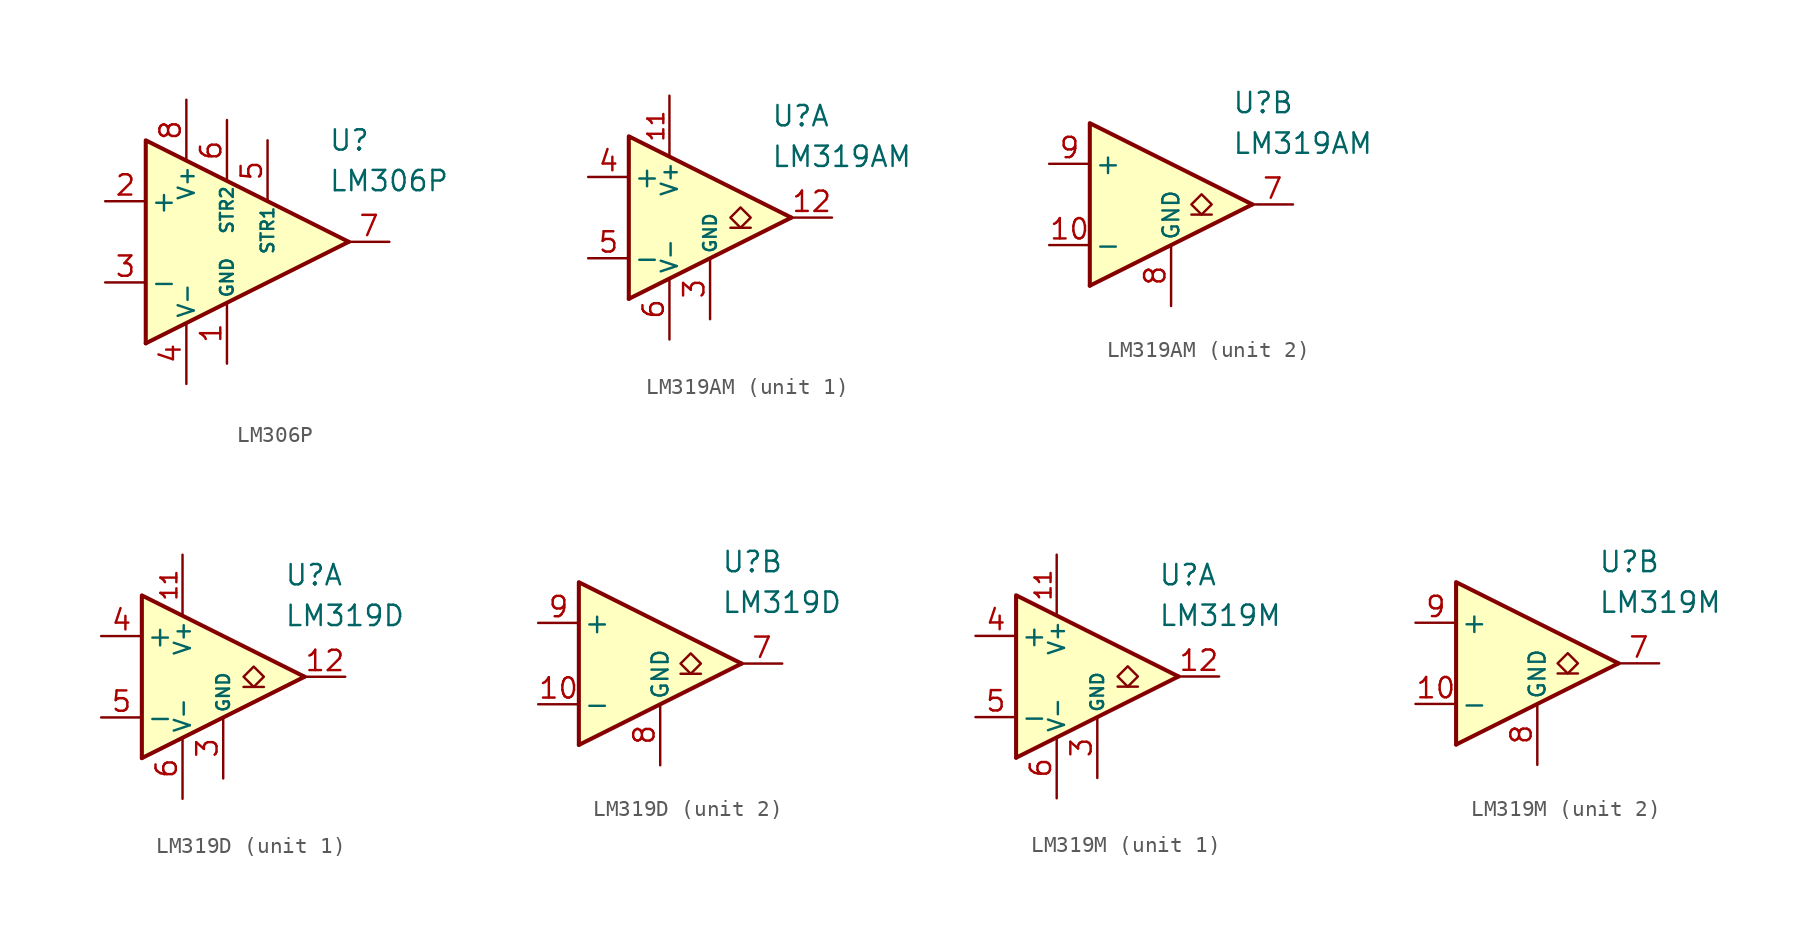
<source format=kicad_sym>
(kicad_symbol_lib
  (version 20231120)
  (generator "kicad_symbol_editor")
  (generator_version "8.0")
  (symbol "LM306P"
    (pin_names
      (offset 0.254))
    (property "Reference" "U"
      (at 6.35 6.35 0)
      (effects (font (size 1.27 1.27)) (justify left)))
    (property "Value" "LM306P"
      (at 6.35 3.81 0)
      (effects (font (size 1.27 1.27)) (justify left)))
    (symbol "LM306P_0_0"
      (polyline (pts (xy 7.62 0) (xy -5.08 -6.35)) (stroke (width 0.254) (type default)) (fill (type none)))
      (polyline (pts (xy 7.62 0) (xy -5.08 6.35) (xy -5.08 -6.35)) (stroke (width 0.254) (type default)) (fill (type background))))
    (symbol "LM306P_1_1"
      (pin power_in line (at 0 -7.62 90) (length 3.81) (name "GND" (effects (font (size 0.8 0.8)))) (number "1" (effects (font (size 1.27 1.27)))))
      (pin input line (at -7.62 2.54 0) (length 2.54) (name "+" (effects (font (size 1.27 1.27)))) (number "2" (effects (font (size 1.27 1.27)))))
      (pin input line (at -7.62 -2.54 0) (length 2.54) (name "-" (effects (font (size 1.27 1.27)))) (number "3" (effects (font (size 1.27 1.27)))))
      (pin power_in line (at -2.54 -8.89 90) (length 3.81) (name "V-" (effects (font (size 1 1)))) (number "4" (effects (font (size 1.27 1.27)))))
      (pin input line (at 2.54 6.35 270) (length 3.81) (name "STR1" (effects (font (size 0.8 0.8)))) (number "5" (effects (font (size 1.27 1.27)))))
      (pin input line (at 0 7.62 270) (length 3.81) (name "STR2" (effects (font (size 0.8 0.8)))) (number "6" (effects (font (size 1.27 1.27)))))
      (pin output line (at 10.16 0 180) (length 2.54) (name "~" (effects (font (size 1.27 1.27)))) (number "7" (effects (font (size 1.27 1.27)))))
      (pin power_in line (at -2.54 8.89 270) (length 3.81) (name "V+" (effects (font (size 1 1)))) (number "8" (effects (font (size 1.27 1.27)))))))
  (symbol "LM319AM"
    (pin_names
      (offset 0.254))
    (property "Reference" "U"
      (at 6.35 6.35 0)
      (effects (font (size 1.27 1.27)) (justify left)))
    (property "Value" "LM319AM"
      (at 6.35 3.81 0)
      (effects (font (size 1.27 1.27)) (justify left)))
    (property "ki_locked" ""
      (at 0 0 0)
      (effects (font (size 1.27 1.27))))
    (symbol "LM319AM_0_0"
      (polyline (pts (xy 7.62 0) (xy -2.54 -5.08)) (stroke (width 0.254) (type default)) (fill (type none)))
      (polyline (pts (xy 7.62 0) (xy -2.54 5.08) (xy -2.54 -5.08)) (stroke (width 0.254) (type default)) (fill (type background))))
    (symbol "LM319AM_1_1"
      (polyline (pts (xy 5.08 -0.635) (xy 3.81 -0.635)) (stroke (width 0.152) (type default)) (fill (type none)))
      (polyline (pts (xy 4.445 -0.635) (xy 3.81 0) (xy 4.445 0.635) (xy 5.08 0) (xy 4.445 -0.635)) (stroke (width 0.152) (type default)) (fill (type none)))
      (pin no_connect line (at 1.27 -2.54 90) (length 2.54) hide (name "NC" (effects (font (size 1.27 1.27)))) (number "1" (effects (font (size 1.27 1.27)))))
      (pin power_in line (at 0 7.62 270) (length 3.81) (name "V+" (effects (font (size 1 1)))) (number "11" (effects (font (size 1 1)))))
      (pin open_collector line (at 10.16 0 180) (length 2.54) (name "~" (effects (font (size 1.27 1.27)))) (number "12" (effects (font (size 1.27 1.27)))))
      (pin no_connect line (at 1.27 2.54 270) (length 2.54) hide (name "NC" (effects (font (size 1.27 1.27)))) (number "2" (effects (font (size 1.27 1.27)))))
      (pin power_in line (at 2.54 -6.35 90) (length 3.81) (name "GND" (effects (font (size 0.8 0.8)))) (number "3" (effects (font (size 1.27 1.27)))))
      (pin input line (at -5.08 2.54 0) (length 2.54) (name "+" (effects (font (size 1.27 1.27)))) (number "4" (effects (font (size 1.27 1.27)))))
      (pin input line (at -5.08 -2.54 0) (length 2.54) (name "-" (effects (font (size 1.27 1.27)))) (number "5" (effects (font (size 1.27 1.27)))))
      (pin power_in line (at 0 -7.62 90) (length 3.81) (name "V-" (effects (font (size 1 1)))) (number "6" (effects (font (size 1.27 1.27))))))
    (symbol "LM319AM_2_1"
      (polyline (pts (xy 5.08 -0.635) (xy 3.81 -0.635)) (stroke (width 0.152) (type default)) (fill (type none)))
      (polyline (pts (xy 4.445 -0.635) (xy 3.81 0) (xy 4.445 0.635) (xy 5.08 0) (xy 4.445 -0.635)) (stroke (width 0.152) (type default)) (fill (type none)))
      (pin input line (at -5.08 -2.54 0) (length 2.54) (name "-" (effects (font (size 1.27 1.27)))) (number "10" (effects (font (size 1.27 1.27)))))
      (pin no_connect line (at 0 -2.54 90) (length 2.54) hide (name "NC" (effects (font (size 1.27 1.27)))) (number "13" (effects (font (size 1.27 1.27)))))
      (pin no_connect line (at 0 2.54 270) (length 2.54) hide (name "NC" (effects (font (size 1.27 1.27)))) (number "14" (effects (font (size 1.27 1.27)))))
      (pin open_collector line (at 10.16 0 180) (length 2.54) (name "~" (effects (font (size 1.27 1.27)))) (number "7" (effects (font (size 1.27 1.27)))))
      (pin power_in line (at 2.54 -6.35 90) (length 3.81) (name "GND" (effects (font (size 1 1)))) (number "8" (effects (font (size 1.27 1.27)))))
      (pin input line (at -5.08 2.54 0) (length 2.54) (name "+" (effects (font (size 1.27 1.27)))) (number "9" (effects (font (size 1.27 1.27)))))))
  (symbol "LM319D"
    (pin_names
      (offset 0.254))
    (property "Reference" "U"
      (at 6.35 6.35 0)
      (effects (font (size 1.27 1.27)) (justify left)))
    (property "Value" "LM319D"
      (at 6.35 3.81 0)
      (effects (font (size 1.27 1.27)) (justify left)))
    (property "ki_locked" ""
      (at 0 0 0)
      (effects (font (size 1.27 1.27))))
    (symbol "LM319D_0_0"
      (polyline (pts (xy 7.62 0) (xy -2.54 -5.08)) (stroke (width 0.254) (type default)) (fill (type none)))
      (polyline (pts (xy 7.62 0) (xy -2.54 5.08) (xy -2.54 -5.08)) (stroke (width 0.254) (type default)) (fill (type background))))
    (symbol "LM319D_1_1"
      (polyline (pts (xy 5.08 -0.635) (xy 3.81 -0.635)) (stroke (width 0.152) (type default)) (fill (type none)))
      (polyline (pts (xy 4.445 -0.635) (xy 3.81 0) (xy 4.445 0.635) (xy 5.08 0) (xy 4.445 -0.635)) (stroke (width 0.152) (type default)) (fill (type none)))
      (pin no_connect line (at 1.27 2.54 270) (length 2.54) hide (name "NC" (effects (font (size 1.27 1.27)))) (number "1" (effects (font (size 1.27 1.27)))))
      (pin power_in line (at 0 7.62 270) (length 3.81) (name "V+" (effects (font (size 1 1)))) (number "11" (effects (font (size 1 1)))))
      (pin open_collector line (at 10.16 0 180) (length 2.54) (name "~" (effects (font (size 1.27 1.27)))) (number "12" (effects (font (size 1.27 1.27)))))
      (pin no_connect line (at 1.27 -2.54 90) (length 2.54) hide (name "NC" (effects (font (size 1.27 1.27)))) (number "2" (effects (font (size 1.27 1.27)))))
      (pin power_in line (at 2.54 -6.35 90) (length 3.81) (name "GND" (effects (font (size 0.8 0.8)))) (number "3" (effects (font (size 1.27 1.27)))))
      (pin input line (at -5.08 2.54 0) (length 2.54) (name "+" (effects (font (size 1.27 1.27)))) (number "4" (effects (font (size 1.27 1.27)))))
      (pin input line (at -5.08 -2.54 0) (length 2.54) (name "-" (effects (font (size 1.27 1.27)))) (number "5" (effects (font (size 1.27 1.27)))))
      (pin power_in line (at 0 -7.62 90) (length 3.81) (name "V-" (effects (font (size 1 1)))) (number "6" (effects (font (size 1.27 1.27))))))
    (symbol "LM319D_2_1"
      (polyline (pts (xy 5.08 -0.635) (xy 3.81 -0.635)) (stroke (width 0.152) (type default)) (fill (type none)))
      (polyline (pts (xy 4.445 -0.635) (xy 3.81 0) (xy 4.445 0.635) (xy 5.08 0) (xy 4.445 -0.635)) (stroke (width 0.152) (type default)) (fill (type none)))
      (pin input line (at -5.08 -2.54 0) (length 2.54) (name "-" (effects (font (size 1.27 1.27)))) (number "10" (effects (font (size 1.27 1.27)))))
      (pin no_connect line (at 1.27 -2.54 90) (length 2.54) hide (name "NC" (effects (font (size 1.27 1.27)))) (number "13" (effects (font (size 1.27 1.27)))))
      (pin no_connect line (at 1.27 2.54 270) (length 2.54) hide (name "NC" (effects (font (size 1.27 1.27)))) (number "14" (effects (font (size 1.27 1.27)))))
      (pin open_collector line (at 10.16 0 180) (length 2.54) (name "~" (effects (font (size 1.27 1.27)))) (number "7" (effects (font (size 1.27 1.27)))))
      (pin power_in line (at 2.54 -6.35 90) (length 3.81) (name "GND" (effects (font (size 1 1)))) (number "8" (effects (font (size 1.27 1.27)))))
      (pin input line (at -5.08 2.54 0) (length 2.54) (name "+" (effects (font (size 1.27 1.27)))) (number "9" (effects (font (size 1.27 1.27)))))))
  (symbol "LM319M"
    (pin_names
      (offset 0.254))
    (property "Reference" "U"
      (at 6.35 6.35 0)
      (effects (font (size 1.27 1.27)) (justify left)))
    (property "Value" "LM319M"
      (at 6.35 3.81 0)
      (effects (font (size 1.27 1.27)) (justify left)))
    (property "ki_locked" ""
      (at 0 0 0)
      (effects (font (size 1.27 1.27))))
    (symbol "LM319M_0_0"
      (polyline (pts (xy 7.62 0) (xy -2.54 -5.08)) (stroke (width 0.254) (type default)) (fill (type none)))
      (polyline (pts (xy 7.62 0) (xy -2.54 5.08) (xy -2.54 -5.08)) (stroke (width 0.254) (type default)) (fill (type background))))
    (symbol "LM319M_1_1"
      (polyline (pts (xy 5.08 -0.635) (xy 3.81 -0.635)) (stroke (width 0.152) (type default)) (fill (type none)))
      (polyline (pts (xy 4.445 -0.635) (xy 3.81 0) (xy 4.445 0.635) (xy 5.08 0) (xy 4.445 -0.635)) (stroke (width 0.152) (type default)) (fill (type none)))
      (pin no_connect line (at 1.27 -2.54 90) (length 2.54) hide (name "NC" (effects (font (size 1.27 1.27)))) (number "1" (effects (font (size 1.27 1.27)))))
      (pin power_in line (at 0 7.62 270) (length 3.81) (name "V+" (effects (font (size 1 1)))) (number "11" (effects (font (size 1 1)))))
      (pin open_collector line (at 10.16 0 180) (length 2.54) (name "~" (effects (font (size 1.27 1.27)))) (number "12" (effects (font (size 1.27 1.27)))))
      (pin no_connect line (at 1.27 2.54 270) (length 2.54) hide (name "NC" (effects (font (size 1.27 1.27)))) (number "2" (effects (font (size 1.27 1.27)))))
      (pin power_in line (at 2.54 -6.35 90) (length 3.81) (name "GND" (effects (font (size 0.8 0.8)))) (number "3" (effects (font (size 1.27 1.27)))))
      (pin input line (at -5.08 2.54 0) (length 2.54) (name "+" (effects (font (size 1.27 1.27)))) (number "4" (effects (font (size 1.27 1.27)))))
      (pin input line (at -5.08 -2.54 0) (length 2.54) (name "-" (effects (font (size 1.27 1.27)))) (number "5" (effects (font (size 1.27 1.27)))))
      (pin power_in line (at 0 -7.62 90) (length 3.81) (name "V-" (effects (font (size 1 1)))) (number "6" (effects (font (size 1.27 1.27))))))
    (symbol "LM319M_2_1"
      (polyline (pts (xy 5.08 -0.635) (xy 3.81 -0.635)) (stroke (width 0.152) (type default)) (fill (type none)))
      (polyline (pts (xy 4.445 -0.635) (xy 3.81 0) (xy 4.445 0.635) (xy 5.08 0) (xy 4.445 -0.635)) (stroke (width 0.152) (type default)) (fill (type none)))
      (pin input line (at -5.08 -2.54 0) (length 2.54) (name "-" (effects (font (size 1.27 1.27)))) (number "10" (effects (font (size 1.27 1.27)))))
      (pin no_connect line (at 1.27 -2.54 90) (length 2.54) hide (name "NC" (effects (font (size 1.27 1.27)))) (number "13" (effects (font (size 1.27 1.27)))))
      (pin no_connect line (at 1.27 2.54 270) (length 2.54) hide (name "NC" (effects (font (size 1.27 1.27)))) (number "14" (effects (font (size 1.27 1.27)))))
      (pin open_collector line (at 10.16 0 180) (length 2.54) (name "~" (effects (font (size 1.27 1.27)))) (number "7" (effects (font (size 1.27 1.27)))))
      (pin power_in line (at 2.54 -6.35 90) (length 3.81) (name "GND" (effects (font (size 1 1)))) (number "8" (effects (font (size 1.27 1.27)))))
      (pin input line (at -5.08 2.54 0) (length 2.54) (name "+" (effects (font (size 1.27 1.27)))) (number "9" (effects (font (size 1.27 1.27))))))))
</source>
